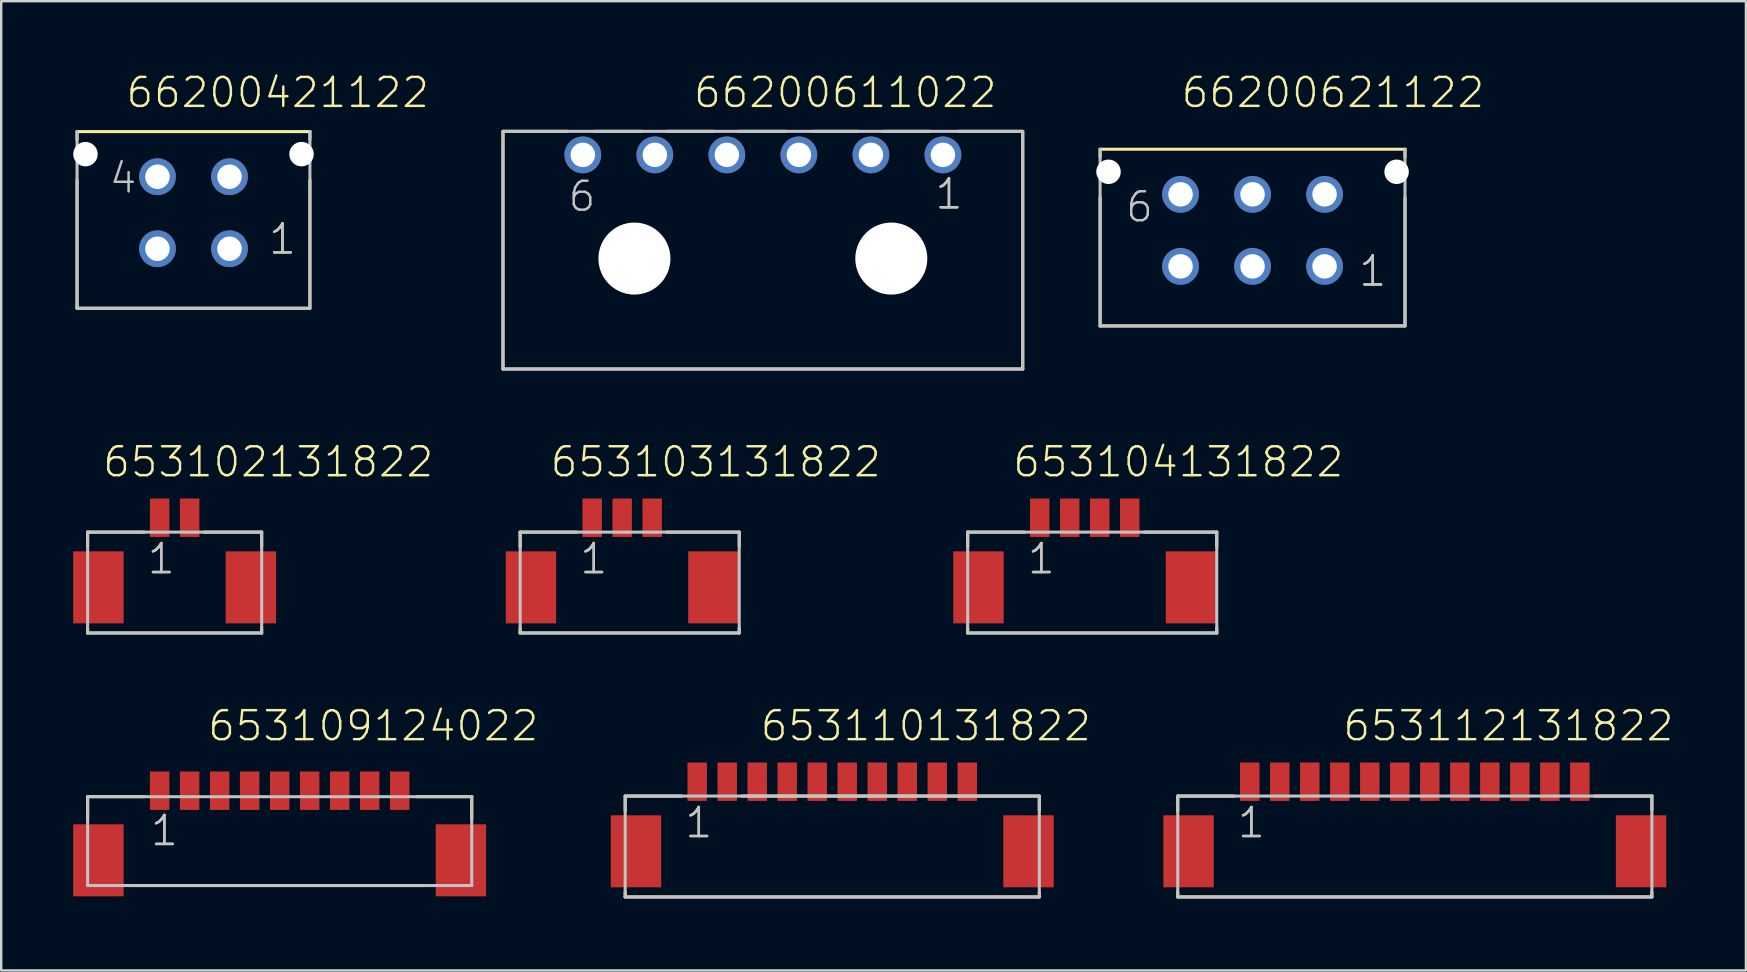
<source format=kicad_pcb>
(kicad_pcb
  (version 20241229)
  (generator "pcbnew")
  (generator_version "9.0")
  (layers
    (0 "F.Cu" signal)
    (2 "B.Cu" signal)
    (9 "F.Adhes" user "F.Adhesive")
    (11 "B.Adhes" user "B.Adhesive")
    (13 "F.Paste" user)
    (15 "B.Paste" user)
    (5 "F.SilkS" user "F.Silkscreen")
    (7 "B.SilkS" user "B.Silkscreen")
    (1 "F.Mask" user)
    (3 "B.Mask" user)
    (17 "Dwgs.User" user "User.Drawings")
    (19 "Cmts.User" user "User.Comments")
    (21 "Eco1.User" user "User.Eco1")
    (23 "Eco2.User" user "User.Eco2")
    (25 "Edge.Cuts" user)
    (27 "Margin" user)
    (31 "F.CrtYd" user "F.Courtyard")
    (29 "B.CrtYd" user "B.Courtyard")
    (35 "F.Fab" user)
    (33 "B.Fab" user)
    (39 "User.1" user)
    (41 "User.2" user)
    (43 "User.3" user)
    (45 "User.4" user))
  (footprint "653112131822"
    (layer "F.Cu")
    (at 55.884 29.511)
    (property "Reference" "653112131822" (at -3.06 -1.62 0) (layer "F.SilkS") (effects (font (size 1.206 1.206) (thickness 0.102)) (justify left bottom)))
    (attr through_hole)
    (fp_line (start -9.875 0.6) (end -9.875 1.21) (stroke (width 0.127) (type solid)) (layer "F.SilkS"))
    (fp_line (start -9.875 4.59) (end -9.875 4.8) (stroke (width 0.127) (type solid)) (layer "F.SilkS"))
    (fp_line (start -9.875 4.8) (end 9.875 4.8) (stroke (width 0.127) (type solid)) (layer "F.SilkS"))
    (fp_line (start -7.52 0.6) (end -9.875 0.6) (stroke (width 0.127) (type solid)) (layer "F.SilkS"))
    (fp_line (start 7.48 0.6) (end 9.875 0.6) (stroke (width 0.127) (type solid)) (layer "F.SilkS"))
    (fp_line (start 9.875 0.6) (end 9.875 1.19) (stroke (width 0.127) (type solid)) (layer "F.SilkS"))
    (fp_line (start 9.875 4.8) (end 9.875 4.59) (stroke (width 0.127) (type solid)) (layer "F.SilkS"))
    (fp_line (start -9.875 0.6) (end 9.875 0.6) (stroke (width 0.127) (type solid)) (layer "Dwgs.User"))
    (fp_line (start -9.875 4.8) (end -9.875 0.6) (stroke (width 0.127) (type solid)) (layer "Dwgs.User"))
    (fp_line (start 9.875 0.6) (end 9.875 4.8) (stroke (width 0.127) (type solid)) (layer "Dwgs.User"))
    (fp_line (start 9.875 4.8) (end -9.875 4.8) (stroke (width 0.127) (type solid)) (layer "Dwgs.User"))
    (fp_text user "1" (at -7.45 2.415 0) (layer "F.SilkS") (effects (font (size 1.206 1.206) (thickness 0.102)) (justify left bottom)))
    (fp_text user "1" (at -7.45 2.415 0) (layer "Dwgs.User") (effects (font (size 1.206 1.206) (thickness 0.102)) (justify left bottom)))
    (pad "1" smd rect (at -6.875 0) (size 0.81 1.6) (layers "F.Cu" "F.Mask" "F.Paste"))
    (pad "2" smd rect (at -5.625 0) (size 0.81 1.6) (layers "F.Cu" "F.Mask" "F.Paste"))
    (pad "3" smd rect (at -4.375 0) (size 0.81 1.6) (layers "F.Cu" "F.Mask" "F.Paste"))
    (pad "4" smd rect (at -3.125 0) (size 0.81 1.6) (layers "F.Cu" "F.Mask" "F.Paste"))
    (pad "5" smd rect (at -1.875 0) (size 0.81 1.6) (layers "F.Cu" "F.Mask" "F.Paste"))
    (pad "6" smd rect (at -0.625 0) (size 0.81 1.6) (layers "F.Cu" "F.Mask" "F.Paste"))
    (pad "7" smd rect (at 0.625 0) (size 0.81 1.6) (layers "F.Cu" "F.Mask" "F.Paste"))
    (pad "8" smd rect (at 1.875 0) (size 0.81 1.6) (layers "F.Cu" "F.Mask" "F.Paste"))
    (pad "9" smd rect (at 3.125 0) (size 0.81 1.6) (layers "F.Cu" "F.Mask" "F.Paste"))
    (pad "10" smd rect (at 4.375 0) (size 0.81 1.6) (layers "F.Cu" "F.Mask" "F.Paste"))
    (pad "11" smd rect (at 5.625 0) (size 0.81 1.6) (layers "F.Cu" "F.Mask" "F.Paste"))
    (pad "12" smd rect (at 6.875 0) (size 0.81 1.6) (layers "F.Cu" "F.Mask" "F.Paste"))
    (pad "Z1" smd rect (at -9.425 2.9) (size 2.1 3) (layers "F.Cu" "F.Mask" "F.Paste"))
    (pad "Z2" smd rect (at 9.425 2.9) (size 2.1 3) (layers "F.Cu" "F.Mask" "F.Paste")))
  (footprint "66200621122"
    (layer "F.Cu")
    (at 49.125 6.546)
    (property "Reference" "66200621122" (at -3.035 -5.035 0) (layer "F.SilkS") (effects (font (size 1.206 1.206) (thickness 0.102)) (justify left bottom)))
    (attr through_hole)
    (fp_line (start -6.35 -3.05) (end -6.35 -3.38) (stroke (width 0.127) (type solid)) (layer "F.SilkS"))
    (fp_line (start -6.35 -1.37) (end -6.35 3.98) (stroke (width 0.127) (type solid)) (layer "F.SilkS"))
    (fp_line (start -6.35 3.98) (end 6.35 3.98) (stroke (width 0.127) (type solid)) (layer "F.SilkS"))
    (fp_line (start 6.35 -3.38) (end -6.35 -3.38) (stroke (width 0.127) (type solid)) (layer "F.SilkS"))
    (fp_line (start 6.35 -3.05) (end 6.35 -3.38) (stroke (width 0.127) (type solid)) (layer "F.SilkS"))
    (fp_line (start 6.35 -1.36) (end 6.35 3.94) (stroke (width 0.127) (type solid)) (layer "F.SilkS"))
    (fp_line (start -6.35 -3.38) (end -6.35 3.98) (stroke (width 0.127) (type solid)) (layer "Dwgs.User"))
    (fp_line (start -6.35 3.98) (end 6.35 3.98) (stroke (width 0.127) (type solid)) (layer "Dwgs.User"))
    (fp_line (start 6.35 3.98) (end 6.35 -3.38) (stroke (width 0.127) (type solid)) (layer "Dwgs.User"))
    (fp_text user "1" (at 4.365 2.405 0) (layer "F.SilkS") (effects (font (size 1.206 1.206) (thickness 0.102)) (justify left bottom)))
    (fp_text user "6" (at -5.35 -0.27 0) (layer "Dwgs.User") (effects (font (size 1.206 1.206) (thickness 0.102)) (justify left bottom)))
    (fp_text user "1" (at 4.365 2.405 0) (layer "Dwgs.User") (effects (font (size 1.206 1.206) (thickness 0.102)) (justify left bottom)))
    (pad "" np_thru_hole circle (at -6 -2.44) (size 1.02 1.02) (drill 1.02) (layers "*.Cu"))
    (pad "" np_thru_hole circle (at 6 -2.44) (size 1.02 1.02) (drill 1.02) (layers "*.Cu"))
    (pad "1" thru_hole circle (at 3 1.5) (size 1.53 1.53) (drill 1.02) (layers "*.Cu" "*.Mask"))
    (pad "2" thru_hole circle (at 0 1.5) (size 1.53 1.53) (drill 1.02) (layers "*.Cu" "*.Mask"))
    (pad "3" thru_hole circle (at -3 1.5) (size 1.53 1.53) (drill 1.02) (layers "*.Cu" "*.Mask"))
    (pad "4" thru_hole circle (at 3 -1.5) (size 1.53 1.53) (drill 1.02) (layers "*.Cu" "*.Mask"))
    (pad "5" thru_hole circle (at 0 -1.5) (size 1.53 1.53) (drill 1.02) (layers "*.Cu" "*.Mask"))
    (pad "6" thru_hole circle (at -3 -1.5) (size 1.53 1.53) (drill 1.02) (layers "*.Cu" "*.Mask")))
  (footprint "66200611022"
    (layer "F.Cu")
    (at 28.727 7.721)
    (property "Reference" "66200611022" (at -2.95 -6.21 0) (layer "F.SilkS") (effects (font (size 1.206 1.206) (thickness 0.102)) (justify left bottom)))
    (attr through_hole)
    (fp_line (start -10.825 4.6) (end -10.825 -5.3) (stroke (width 0.127) (type solid)) (layer "F.SilkS"))
    (fp_line (start -10.8 -5.3) (end -8.15 -5.3) (stroke (width 0.127) (type solid)) (layer "F.SilkS"))
    (fp_line (start -7.02 -5.3) (end -5.04 -5.3) (stroke (width 0.127) (type solid)) (layer "F.SilkS"))
    (fp_line (start -4.02 -5.3) (end -2.04 -5.3) (stroke (width 0.127) (type solid)) (layer "F.SilkS"))
    (fp_line (start -1.02 -5.3) (end 0.96 -5.3) (stroke (width 0.127) (type solid)) (layer "F.SilkS"))
    (fp_line (start 2.08 -5.3) (end 3.98 -5.3) (stroke (width 0.127) (type solid)) (layer "F.SilkS"))
    (fp_line (start 5.03 -5.3) (end 6.93 -5.3) (stroke (width 0.127) (type solid)) (layer "F.SilkS"))
    (fp_line (start 8.13 -5.3) (end 10.8 -5.3) (stroke (width 0.127) (type solid)) (layer "F.SilkS"))
    (fp_line (start 10.825 -5.3) (end 10.825 4.6) (stroke (width 0.127) (type solid)) (layer "F.SilkS"))
    (fp_line (start 10.825 4.6) (end -10.825 4.6) (stroke (width 0.127) (type solid)) (layer "F.SilkS"))
    (fp_line (start -10.825 -5.3) (end 10.825 -5.3) (stroke (width 0.127) (type solid)) (layer "Dwgs.User"))
    (fp_line (start -10.825 4.6) (end -10.825 -5.3) (stroke (width 0.127) (type solid)) (layer "Dwgs.User"))
    (fp_line (start 10.825 -5.3) (end 10.825 4.6) (stroke (width 0.127) (type solid)) (layer "Dwgs.User"))
    (fp_line (start 10.825 4.6) (end -10.825 4.6) (stroke (width 0.127) (type solid)) (layer "Dwgs.User"))
    (fp_text user "1" (at 7.11 -1.985 0) (layer "F.SilkS") (effects (font (size 1.206 1.206) (thickness 0.102)) (justify left bottom)))
    (fp_text user "6" (at -8.175 -1.885 0) (layer "Dwgs.User") (effects (font (size 1.206 1.206) (thickness 0.102)) (justify left bottom)))
    (fp_text user "1" (at 7.11 -1.985 0) (layer "Dwgs.User") (effects (font (size 1.206 1.206) (thickness 0.102)) (justify left bottom)))
    (pad "" np_thru_hole circle (at -5.35 0) (size 3 3) (drill 3) (layers "*.Cu"))
    (pad "" np_thru_hole circle (at 5.35 0) (size 3 3) (drill 3) (layers "*.Cu"))
    (pad "1" thru_hole circle (at 7.5 -4.32) (size 1.53 1.53) (drill 1.02) (layers "*.Cu" "*.Mask"))
    (pad "2" thru_hole circle (at 4.5 -4.32) (size 1.53 1.53) (drill 1.02) (layers "*.Cu" "*.Mask"))
    (pad "3" thru_hole circle (at 1.5 -4.32) (size 1.53 1.53) (drill 1.02) (layers "*.Cu" "*.Mask"))
    (pad "4" thru_hole circle (at -1.5 -4.32) (size 1.53 1.53) (drill 1.02) (layers "*.Cu" "*.Mask"))
    (pad "5" thru_hole circle (at -4.5 -4.32) (size 1.53 1.53) (drill 1.02) (layers "*.Cu" "*.Mask"))
    (pad "6" thru_hole circle (at -7.5 -4.32) (size 1.53 1.53) (drill 1.02) (layers "*.Cu" "*.Mask")))
  (footprint "653104131822"
    (layer "F.Cu")
    (at 42.134 18.516)
    (property "Reference" "653104131822" (at -3.06 -1.62 0) (layer "F.SilkS") (effects (font (size 1.206 1.206) (thickness 0.102)) (justify left bottom)))
    (attr through_hole)
    (fp_line (start -4.875 0.6) (end -4.875 1.21) (stroke (width 0.127) (type solid)) (layer "F.SilkS"))
    (fp_line (start -4.875 4.59) (end -4.875 4.8) (stroke (width 0.127) (type solid)) (layer "F.SilkS"))
    (fp_line (start -4.875 4.8) (end 5.5 4.8) (stroke (width 0.127) (type solid)) (layer "F.SilkS"))
    (fp_line (start -2.52 0.6) (end -4.875 0.6) (stroke (width 0.127) (type solid)) (layer "F.SilkS"))
    (fp_line (start 2.48 0.6) (end 5.5 0.6) (stroke (width 0.127) (type solid)) (layer "F.SilkS"))
    (fp_line (start 5.5 0.6) (end 5.5 1.19) (stroke (width 0.127) (type solid)) (layer "F.SilkS"))
    (fp_line (start 5.5 4.8) (end 5.5 4.59) (stroke (width 0.127) (type solid)) (layer "F.SilkS"))
    (fp_line (start -4.875 0.6) (end 5.5 0.6) (stroke (width 0.127) (type solid)) (layer "Dwgs.User"))
    (fp_line (start -4.875 4.8) (end -4.875 0.6) (stroke (width 0.127) (type solid)) (layer "Dwgs.User"))
    (fp_line (start 5.5 0.6) (end 5.5 4.8) (stroke (width 0.127) (type solid)) (layer "Dwgs.User"))
    (fp_line (start 5.5 4.8) (end -4.875 4.8) (stroke (width 0.127) (type solid)) (layer "Dwgs.User"))
    (fp_text user "1" (at -2.45 2.415 0) (layer "F.SilkS") (effects (font (size 1.206 1.206) (thickness 0.102)) (justify left bottom)))
    (fp_text user "1" (at -2.45 2.415 0) (layer "Dwgs.User") (effects (font (size 1.206 1.206) (thickness 0.102)) (justify left bottom)))
    (pad "1" smd rect (at -1.875 0) (size 0.81 1.6) (layers "F.Cu" "F.Mask" "F.Paste"))
    (pad "2" smd rect (at -0.625 0) (size 0.81 1.6) (layers "F.Cu" "F.Mask" "F.Paste"))
    (pad "3" smd rect (at 0.625 0) (size 0.81 1.6) (layers "F.Cu" "F.Mask" "F.Paste"))
    (pad "4" smd rect (at 1.875 0) (size 0.81 1.6) (layers "F.Cu" "F.Mask" "F.Paste"))
    (pad "Z1" smd rect (at -4.425 2.9) (size 2.1 3) (layers "F.Cu" "F.Mask" "F.Paste"))
    (pad "Z2" smd rect (at 4.425 2.9) (size 2.1 3) (layers "F.Cu" "F.Mask" "F.Paste")))
  (footprint "66200421122"
    (layer "F.Cu")
    (at 5.01 5.811)
    (property "Reference" "66200421122" (at -2.875 -4.3 0) (layer "F.SilkS") (effects (font (size 1.206 1.206) (thickness 0.102)) (justify left bottom)))
    (attr through_hole)
    (fp_line (start -4.85 -3.05) (end -4.85 -3.38) (stroke (width 0.127) (type solid)) (layer "F.SilkS"))
    (fp_line (start -4.85 -1.37) (end -4.85 3.98) (stroke (width 0.127) (type solid)) (layer "F.SilkS"))
    (fp_line (start -4.85 3.98) (end 4.85 3.98) (stroke (width 0.127) (type solid)) (layer "F.SilkS"))
    (fp_line (start 4.85 -3.38) (end -4.85 -3.38) (stroke (width 0.127) (type solid)) (layer "F.SilkS"))
    (fp_line (start 4.85 -3.05) (end 4.85 -3.38) (stroke (width 0.127) (type solid)) (layer "F.SilkS"))
    (fp_line (start 4.85 -1.36) (end 4.85 3.94) (stroke (width 0.127) (type solid)) (layer "F.SilkS"))
    (fp_line (start -4.85 -3.38) (end -4.85 3.98) (stroke (width 0.127) (type solid)) (layer "Dwgs.User"))
    (fp_line (start -4.85 3.98) (end 4.85 3.98) (stroke (width 0.127) (type solid)) (layer "Dwgs.User"))
    (fp_line (start 4.85 3.98) (end 4.85 -3.38) (stroke (width 0.127) (type solid)) (layer "Dwgs.User"))
    (fp_text user "1" (at 3.065 1.805 0) (layer "F.SilkS") (effects (font (size 1.206 1.206) (thickness 0.102)) (justify left bottom)))
    (fp_text user "1" (at 3.065 1.805 0) (layer "Dwgs.User") (effects (font (size 1.206 1.206) (thickness 0.102)) (justify left bottom)))
    (fp_text user "4" (at -3.575 -0.735 0) (layer "Dwgs.User") (effects (font (size 1.206 1.206) (thickness 0.102)) (justify left bottom)))
    (pad "" np_thru_hole circle (at -4.5 -2.44) (size 1.02 1.02) (drill 1.02) (layers "*.Cu"))
    (pad "" np_thru_hole circle (at 4.5 -2.44) (size 1.02 1.02) (drill 1.02) (layers "*.Cu"))
    (pad "1" thru_hole circle (at 1.5 1.5) (size 1.53 1.53) (drill 1.02) (layers "*.Cu" "*.Mask"))
    (pad "2" thru_hole circle (at -1.5 1.5) (size 1.53 1.53) (drill 1.02) (layers "*.Cu" "*.Mask"))
    (pad "3" thru_hole circle (at 1.5 -1.5) (size 1.53 1.53) (drill 1.02) (layers "*.Cu" "*.Mask"))
    (pad "4" thru_hole circle (at -1.5 -1.5) (size 1.53 1.53) (drill 1.02) (layers "*.Cu" "*.Mask")))
  (footprint "653103131822"
    (layer "F.Cu")
    (at 22.867 18.516)
    (property "Reference" "653103131822" (at -3.06 -1.62 0) (layer "F.SilkS") (effects (font (size 1.206 1.206) (thickness 0.102)) (justify left bottom)))
    (attr through_hole)
    (fp_line (start -4.25 0.6) (end -4.25 1.21) (stroke (width 0.127) (type solid)) (layer "F.SilkS"))
    (fp_line (start -4.25 4.59) (end -4.25 4.8) (stroke (width 0.127) (type solid)) (layer "F.SilkS"))
    (fp_line (start -4.25 4.8) (end 4.875 4.8) (stroke (width 0.127) (type solid)) (layer "F.SilkS"))
    (fp_line (start -1.895 0.6) (end -4.25 0.6) (stroke (width 0.127) (type solid)) (layer "F.SilkS"))
    (fp_line (start 1.855 0.6) (end 4.875 0.6) (stroke (width 0.127) (type solid)) (layer "F.SilkS"))
    (fp_line (start 4.875 0.6) (end 4.875 1.19) (stroke (width 0.127) (type solid)) (layer "F.SilkS"))
    (fp_line (start 4.875 4.8) (end 4.875 4.59) (stroke (width 0.127) (type solid)) (layer "F.SilkS"))
    (fp_line (start -4.25 0.6) (end 4.875 0.6) (stroke (width 0.127) (type solid)) (layer "Dwgs.User"))
    (fp_line (start -4.25 4.8) (end -4.25 0.6) (stroke (width 0.127) (type solid)) (layer "Dwgs.User"))
    (fp_line (start 4.875 0.6) (end 4.875 4.8) (stroke (width 0.127) (type solid)) (layer "Dwgs.User"))
    (fp_line (start 4.875 4.8) (end -4.25 4.8) (stroke (width 0.127) (type solid)) (layer "Dwgs.User"))
    (fp_text user "1" (at -1.825 2.415 0) (layer "F.SilkS") (effects (font (size 1.206 1.206) (thickness 0.102)) (justify left bottom)))
    (fp_text user "1" (at -1.825 2.415 0) (layer "Dwgs.User") (effects (font (size 1.206 1.206) (thickness 0.102)) (justify left bottom)))
    (pad "1" smd rect (at -1.25 0) (size 0.81 1.6) (layers "F.Cu" "F.Mask" "F.Paste"))
    (pad "2" smd rect (at 0 0) (size 0.81 1.6) (layers "F.Cu" "F.Mask" "F.Paste"))
    (pad "3" smd rect (at 1.25 0) (size 0.81 1.6) (layers "F.Cu" "F.Mask" "F.Paste"))
    (pad "Z1" smd rect (at -3.8 2.9) (size 2.1 3) (layers "F.Cu" "F.Mask" "F.Paste"))
    (pad "Z2" smd rect (at 3.8 2.9) (size 2.1 3) (layers "F.Cu" "F.Mask" "F.Paste")))
  (footprint "653110131822"
    (layer "F.Cu")
    (at 31.617 29.511)
    (property "Reference" "653110131822" (at -3.06 -1.62 0) (layer "F.SilkS") (effects (font (size 1.206 1.206) (thickness 0.102)) (justify left bottom)))
    (attr through_hole)
    (fp_line (start -8.625 0.6) (end -8.625 1.21) (stroke (width 0.127) (type solid)) (layer "F.SilkS"))
    (fp_line (start -8.625 4.59) (end -8.625 4.8) (stroke (width 0.127) (type solid)) (layer "F.SilkS"))
    (fp_line (start -8.625 4.8) (end 8.625 4.8) (stroke (width 0.127) (type solid)) (layer "F.SilkS"))
    (fp_line (start -6.27 0.6) (end -8.625 0.6) (stroke (width 0.127) (type solid)) (layer "F.SilkS"))
    (fp_line (start -3.77 0.6) (end 8.625 0.6) (stroke (width 0.127) (type solid)) (layer "F.SilkS"))
    (fp_line (start 8.625 0.6) (end 8.625 1.19) (stroke (width 0.127) (type solid)) (layer "F.SilkS"))
    (fp_line (start 8.625 4.8) (end 8.625 4.59) (stroke (width 0.127) (type solid)) (layer "F.SilkS"))
    (fp_line (start -8.625 0.6) (end 8.625 0.6) (stroke (width 0.127) (type solid)) (layer "Dwgs.User"))
    (fp_line (start -8.625 4.8) (end -8.625 0.6) (stroke (width 0.127) (type solid)) (layer "Dwgs.User"))
    (fp_line (start 8.625 0.6) (end 8.625 4.8) (stroke (width 0.127) (type solid)) (layer "Dwgs.User"))
    (fp_line (start 8.625 4.8) (end -8.625 4.8) (stroke (width 0.127) (type solid)) (layer "Dwgs.User"))
    (fp_text user "1" (at -6.2 2.415 0) (layer "F.SilkS") (effects (font (size 1.206 1.206) (thickness 0.102)) (justify left bottom)))
    (fp_text user "1" (at -6.2 2.415 0) (layer "Dwgs.User") (effects (font (size 1.206 1.206) (thickness 0.102)) (justify left bottom)))
    (pad "1" smd rect (at -5.625 0) (size 0.81 1.6) (layers "F.Cu" "F.Mask" "F.Paste"))
    (pad "2" smd rect (at -4.375 0) (size 0.81 1.6) (layers "F.Cu" "F.Mask" "F.Paste"))
    (pad "3" smd rect (at -3.125 0) (size 0.81 1.6) (layers "F.Cu" "F.Mask" "F.Paste"))
    (pad "4" smd rect (at -1.875 0) (size 0.81 1.6) (layers "F.Cu" "F.Mask" "F.Paste"))
    (pad "5" smd rect (at -0.625 0) (size 0.81 1.6) (layers "F.Cu" "F.Mask" "F.Paste"))
    (pad "6" smd rect (at 0.625 0) (size 0.81 1.6) (layers "F.Cu" "F.Mask" "F.Paste"))
    (pad "7" smd rect (at 1.875 0) (size 0.81 1.6) (layers "F.Cu" "F.Mask" "F.Paste"))
    (pad "8" smd rect (at 3.125 0) (size 0.81 1.6) (layers "F.Cu" "F.Mask" "F.Paste"))
    (pad "9" smd rect (at 4.375 0) (size 0.81 1.6) (layers "F.Cu" "F.Mask" "F.Paste"))
    (pad "10" smd rect (at 5.625 0) (size 0.81 1.6) (layers "F.Cu" "F.Mask" "F.Paste"))
    (pad "Z1" smd rect (at -8.175 2.9) (size 2.1 3) (layers "F.Cu" "F.Mask" "F.Paste"))
    (pad "Z2" smd rect (at 8.175 2.9) (size 2.1 3) (layers "F.Cu" "F.Mask" "F.Paste")))
  (footprint "653102131822"
    (layer "F.Cu")
    (at 4.225 18.516)
    (property "Reference" "653102131822" (at -3.06 -1.62 0) (layer "F.SilkS") (effects (font (size 1.206 1.206) (thickness 0.102)) (justify left bottom)))
    (attr through_hole)
    (fp_line (start -3.625 0.6) (end -3.625 1.21) (stroke (width 0.127) (type solid)) (layer "F.SilkS"))
    (fp_line (start -3.625 4.59) (end -3.625 4.8) (stroke (width 0.127) (type solid)) (layer "F.SilkS"))
    (fp_line (start -3.625 4.8) (end 3.625 4.8) (stroke (width 0.127) (type solid)) (layer "F.SilkS"))
    (fp_line (start -1.27 0.6) (end -3.625 0.6) (stroke (width 0.127) (type solid)) (layer "F.SilkS"))
    (fp_line (start 1.23 0.6) (end 3.625 0.6) (stroke (width 0.127) (type solid)) (layer "F.SilkS"))
    (fp_line (start 3.625 0.6) (end 3.625 1.19) (stroke (width 0.127) (type solid)) (layer "F.SilkS"))
    (fp_line (start 3.625 4.8) (end 3.625 4.59) (stroke (width 0.127) (type solid)) (layer "F.SilkS"))
    (fp_line (start -3.625 0.6) (end 3.625 0.6) (stroke (width 0.127) (type solid)) (layer "Dwgs.User"))
    (fp_line (start -3.625 4.8) (end -3.625 0.6) (stroke (width 0.127) (type solid)) (layer "Dwgs.User"))
    (fp_line (start 3.625 0.6) (end 3.625 4.8) (stroke (width 0.127) (type solid)) (layer "Dwgs.User"))
    (fp_line (start 3.625 4.8) (end -3.625 4.8) (stroke (width 0.127) (type solid)) (layer "Dwgs.User"))
    (fp_text user "1" (at -1.2 2.415 0) (layer "F.SilkS") (effects (font (size 1.206 1.206) (thickness 0.102)) (justify left bottom)))
    (fp_text user "1" (at -1.2 2.415 0) (layer "Dwgs.User") (effects (font (size 1.206 1.206) (thickness 0.102)) (justify left bottom)))
    (pad "1" smd rect (at -0.625 0) (size 0.81 1.6) (layers "F.Cu" "F.Mask" "F.Paste"))
    (pad "2" smd rect (at 0.625 0) (size 0.81 1.6) (layers "F.Cu" "F.Mask" "F.Paste"))
    (pad "Z1" smd rect (at -3.175 2.9) (size 2.1 3) (layers "F.Cu" "F.Mask" "F.Paste"))
    (pad "Z2" smd rect (at 3.175 2.9) (size 2.1 3) (layers "F.Cu" "F.Mask" "F.Paste")))
  (footprint "653109124022"
    (layer "F.Cu")
    (at 8.6 29.886)
    (property "Reference" "653109124022" (at -3.06 -1.995 0) (layer "F.SilkS") (effects (font (size 1.206 1.206) (thickness 0.102)) (justify left bottom)))
    (attr through_hole)
    (fp_line (start -8 0.25) (end -8 1.2) (stroke (width 0.127) (type solid)) (layer "F.SilkS"))
    (fp_line (start -6.065 3.95) (end 6.055 3.95) (stroke (width 0.127) (type solid)) (layer "F.SilkS"))
    (fp_line (start -5.645 0.25) (end -8 0.25) (stroke (width 0.127) (type solid)) (layer "F.SilkS"))
    (fp_line (start 5.725 0.25) (end 8 0.25) (stroke (width 0.127) (type solid)) (layer "F.SilkS"))
    (fp_line (start 8 0.25) (end 8 1.19) (stroke (width 0.127) (type solid)) (layer "F.SilkS"))
    (fp_line (start -8 0.25) (end 8 0.25) (stroke (width 0.127) (type solid)) (layer "Dwgs.User"))
    (fp_line (start -8 3.95) (end -8 0.25) (stroke (width 0.127) (type solid)) (layer "Dwgs.User"))
    (fp_line (start 8 0.25) (end 8 3.95) (stroke (width 0.127) (type solid)) (layer "Dwgs.User"))
    (fp_line (start 8 3.95) (end -8 3.95) (stroke (width 0.127) (type solid)) (layer "Dwgs.User"))
    (fp_text user "1" (at -5.445 2.37 0) (layer "F.SilkS") (effects (font (size 1.206 1.206) (thickness 0.102)) (justify left bottom)))
    (fp_text user "1" (at -5.445 2.37 0) (layer "Dwgs.User") (effects (font (size 1.206 1.206) (thickness 0.102)) (justify left bottom)))
    (pad "1" smd rect (at -5 0) (size 0.81 1.6) (layers "F.Cu" "F.Mask" "F.Paste"))
    (pad "2" smd rect (at -3.75 0) (size 0.81 1.6) (layers "F.Cu" "F.Mask" "F.Paste"))
    (pad "3" smd rect (at -2.5 0) (size 0.81 1.6) (layers "F.Cu" "F.Mask" "F.Paste"))
    (pad "4" smd rect (at -1.25 0) (size 0.81 1.6) (layers "F.Cu" "F.Mask" "F.Paste"))
    (pad "5" smd rect (at 0 0) (size 0.81 1.6) (layers "F.Cu" "F.Mask" "F.Paste"))
    (pad "6" smd rect (at 1.25 0) (size 0.81 1.6) (layers "F.Cu" "F.Mask" "F.Paste"))
    (pad "7" smd rect (at 2.5 0) (size 0.81 1.6) (layers "F.Cu" "F.Mask" "F.Paste"))
    (pad "8" smd rect (at 3.75 0) (size 0.81 1.6) (layers "F.Cu" "F.Mask" "F.Paste"))
    (pad "9" smd rect (at 5 0) (size 0.81 1.6) (layers "F.Cu" "F.Mask" "F.Paste"))
    (pad "Z1" smd rect (at -7.55 2.9) (size 2.1 3) (layers "F.Cu" "F.Mask" "F.Paste"))
    (pad "Z2" smd rect (at 7.55 2.9) (size 2.1 3) (layers "F.Cu" "F.Mask" "F.Paste")))
  (gr_rect
    (start -3 -3)
    (end 69.676 37.374)
    (stroke (width 0.1) (type default))
    (fill no)
    (layer "Edge.Cuts")))
</source>
